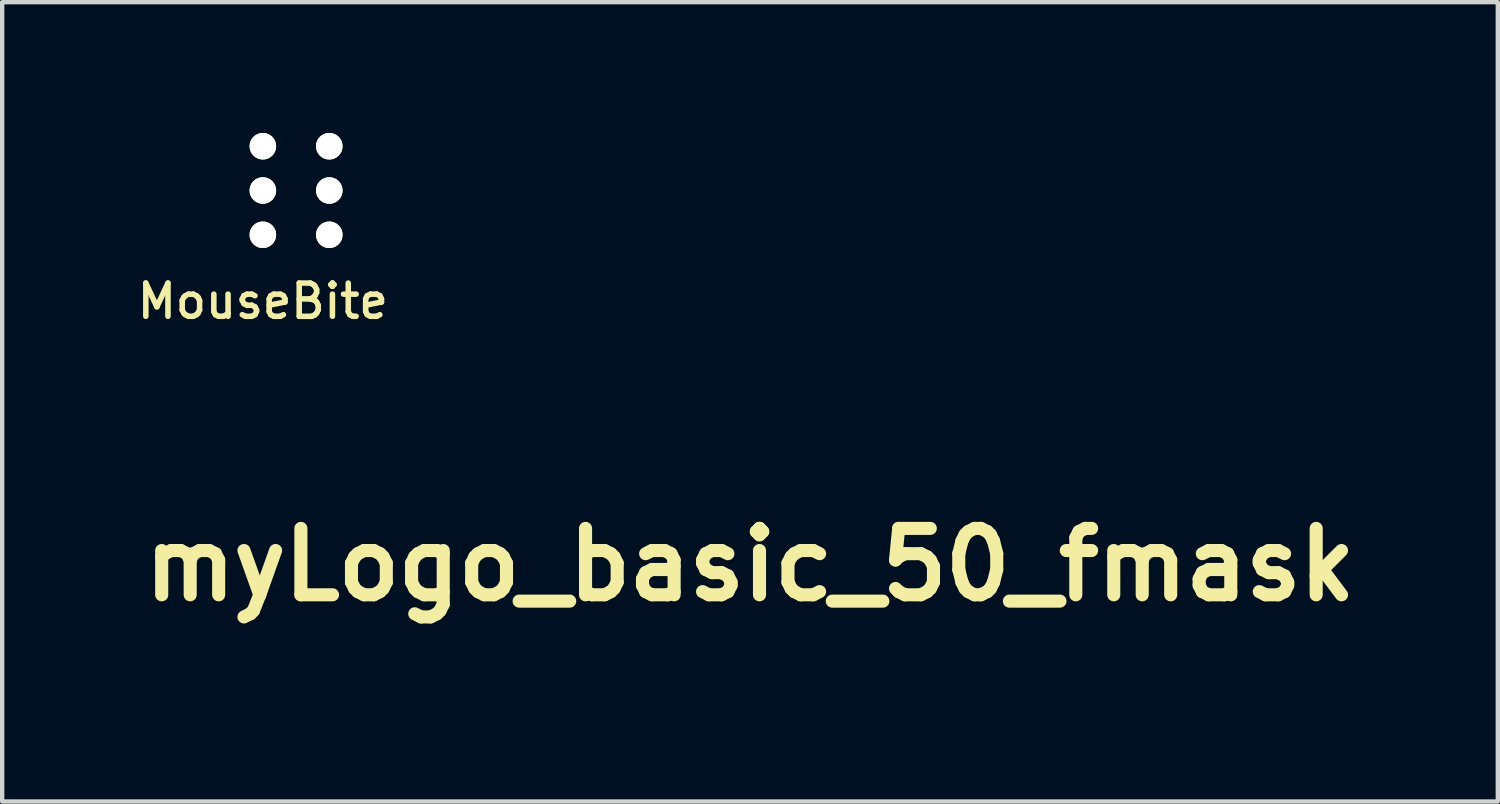
<source format=kicad_pcb>
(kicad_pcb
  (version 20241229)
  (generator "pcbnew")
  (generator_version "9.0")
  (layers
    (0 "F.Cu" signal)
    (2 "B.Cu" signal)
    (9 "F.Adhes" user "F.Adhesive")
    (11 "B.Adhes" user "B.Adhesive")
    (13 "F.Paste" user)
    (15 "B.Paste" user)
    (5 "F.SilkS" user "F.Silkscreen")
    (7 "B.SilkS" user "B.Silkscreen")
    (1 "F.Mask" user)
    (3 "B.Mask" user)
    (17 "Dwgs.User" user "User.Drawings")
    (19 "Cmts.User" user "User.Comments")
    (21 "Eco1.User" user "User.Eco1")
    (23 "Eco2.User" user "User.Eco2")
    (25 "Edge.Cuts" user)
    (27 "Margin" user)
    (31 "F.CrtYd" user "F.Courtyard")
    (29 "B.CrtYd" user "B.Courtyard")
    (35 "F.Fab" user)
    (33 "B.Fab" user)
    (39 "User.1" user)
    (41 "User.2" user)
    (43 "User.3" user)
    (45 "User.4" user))
  (footprint "myLogo_basic_50_fmask"
    (layer "F.Cu")
    (at 14.159 9.908)
    (property "Reference" "myLogo_basic_50_fmask" (at 0 0 0) (layer "F.SilkS") (effects (font (size 1.524 1.524) (thickness 0.3))))
    (attr through_hole)
    (fp_poly (pts (xy 2.54 0.469) (xy 2.532 0.943) (xy 2.503 1.271) (xy 2.449 1.476) (xy 2.361 1.581) (xy 2.244 1.609) (xy 2.107 1.554) (xy 2.049 1.507) (xy 1.996 1.362) (xy 1.962 1.055) (xy 1.947 0.591) (xy 1.946 0.47) (xy 1.936 -0.037) (xy 1.901 -0.403) (xy 1.831 -0.656) (xy 1.716 -0.823) (xy 1.548 -0.932) (xy 1.439 -0.974) (xy 1.219 -1.083) (xy 1.125 -1.241) (xy 1.117 -1.287) (xy 1.149 -1.484) (xy 1.307 -1.571) (xy 1.593 -1.549) (xy 1.687 -1.526) (xy 2.065 -1.341) (xy 2.34 -1.031) (xy 2.457 -0.755) (xy 2.492 -0.551) (xy 2.519 -0.227) (xy 2.536 0.166) (xy 2.54 0.469)) (stroke (width 0.1) (type solid)) (fill yes) (layer "F.Mask"))
    (fp_poly (pts (xy 0.34 0.267) (xy 0.314 0.672) (xy 0.174 1.045) (xy -0.063 1.341) (xy -0.295 1.487) (xy -0.491 1.533) (xy -0.804 1.57) (xy -1.185 1.594) (xy -1.587 1.607) (xy -1.962 1.604) (xy -2.262 1.586) (xy -2.434 1.553) (xy -2.523 1.441) (xy -2.532 1.266) (xy -2.466 1.111) (xy -2.406 1.067) (xy -2.267 1.045) (xy -2.003 1.028) (xy -1.658 1.018) (xy -1.432 1.016) (xy -0.951 1) (xy -0.614 0.946) (xy -0.401 0.843) (xy -0.288 0.68) (xy -0.254 0.446) (xy -0.254 0.436) (xy -0.32 0.172) (xy -0.525 -0.014) (xy -0.876 -0.13) (xy -1.077 -0.159) (xy -1.354 -0.195) (xy -1.504 -0.243) (xy -1.571 -0.327) (xy -1.593 -0.44) (xy -1.589 -0.596) (xy -1.502 -0.678) (xy -1.317 -0.724) (xy -0.897 -0.744) (xy -0.481 -0.662) (xy -0.115 -0.496) (xy 0.154 -0.263) (xy 0.239 -0.125) (xy 0.34 0.267)) (stroke (width 0.1) (type solid)) (fill yes) (layer "F.Mask"))
    (fp_poly (pts (xy 3.287 0.666) (xy 3.285 1.267) (xy 3.274 1.718) (xy 3.256 2.028) (xy 3.229 2.206) (xy 3.208 2.254) (xy 3.098 2.288) (xy 2.879 2.312) (xy 2.879 1.947) (xy 2.879 0) (xy 2.879 -1.947) (xy 0.042 -1.947) (xy -2.794 -1.947) (xy -2.794 0) (xy -2.794 1.947) (xy 0.042 1.947) (xy 2.879 1.947) (xy 2.879 2.312) (xy 2.842 2.316) (xy 2.463 2.339) (xy 1.986 2.358) (xy 1.432 2.371) (xy 0.827 2.38) (xy 0.192 2.383) (xy -0.448 2.382) (xy -1.07 2.376) (xy -1.651 2.364) (xy -2.166 2.348) (xy -2.594 2.327) (xy -2.911 2.301) (xy -3.092 2.271) (xy -3.124 2.254) (xy -3.156 2.151) (xy -3.179 1.922) (xy -3.195 1.557) (xy -3.202 1.048) (xy -3.201 0.385) (xy -3.198 -0.095) (xy -3.175 -2.328) (xy 0.042 -2.328) (xy 3.26 -2.328) (xy 3.282 -0.095) (xy 3.287 0.666)) (stroke (width 0.1) (type solid)) (fill yes) (layer "F.Mask"))
    (fp_poly (pts (xy 1.191 -0.163) (xy 1.186 0.172) (xy 1.158 0.458) (xy 1.106 0.652) (xy 1.058 0.708) (xy 0.867 0.738) (xy 0.747 0.644) (xy 0.688 0.409) (xy 0.677 0.166) (xy 0.638 -0.343) (xy 0.519 -0.705) (xy 0.357 -0.901) (xy 0.175 -0.963) (xy -0.172 -1.001) (xy -0.645 -1.013) (xy -1.051 -1.01) (xy -1.327 -0.993) (xy -1.514 -0.956) (xy -1.65 -0.893) (xy -1.724 -0.841) (xy -1.902 -0.614) (xy -1.942 -0.353) (xy -1.843 -0.11) (xy -1.787 -0.05) (xy -1.601 0.046) (xy -1.308 0.12) (xy -1.131 0.145) (xy -0.763 0.207) (xy -0.559 0.305) (xy -0.516 0.441) (xy -0.63 0.618) (xy -0.641 0.629) (xy -0.838 0.727) (xy -1.161 0.745) (xy -1.621 0.683) (xy -1.637 0.68) (xy -2.009 0.53) (xy -2.294 0.263) (xy -2.478 -0.082) (xy -2.543 -0.468) (xy -2.473 -0.857) (xy -2.384 -1.037) (xy -2.243 -1.236) (xy -2.085 -1.379) (xy -1.879 -1.474) (xy -1.597 -1.531) (xy -1.207 -1.559) (xy -0.68 -1.566) (xy -0.643 -1.566) (xy -0.104 -1.558) (xy 0.296 -1.527) (xy 0.584 -1.464) (xy 0.79 -1.36) (xy 0.944 -1.204) (xy 1.063 -1.008) (xy 1.129 -0.798) (xy 1.172 -0.501) (xy 1.191 -0.163)) (stroke (width 0.1) (type solid)) (fill yes) (layer "F.Mask")))
  (footprint "MouseBite"
    (layer "F.Cu")
    (at 2.981 0.305)
    (property "Reference" "MouseBite" (at 0 3.556 0) (layer "F.SilkS") (effects (font (size 0.762 0.762) (thickness 0.127))))
    (attr through_hole)
    (pad "" np_thru_hole circle (at 0 0) (size 0.61 0.61) (drill 0.61) (layers "*.Cu" "*.Mask" "F.SilkS"))
    (pad "" np_thru_hole circle (at 0 1.016) (size 0.61 0.61) (drill 0.61) (layers "*.Cu" "*.Mask" "F.SilkS"))
    (pad "" np_thru_hole circle (at 0 2.032) (size 0.61 0.61) (drill 0.61) (layers "*.Cu" "*.Mask" "F.SilkS"))
    (pad "" np_thru_hole circle (at 1.524 0) (size 0.61 0.61) (drill 0.61) (layers "*.Cu" "*.Mask" "F.SilkS"))
    (pad "" np_thru_hole circle (at 1.524 1.016) (size 0.61 0.61) (drill 0.61) (layers "*.Cu" "*.Mask" "F.SilkS"))
    (pad "" np_thru_hole circle (at 1.524 2.032) (size 0.61 0.61) (drill 0.61) (layers "*.Cu" "*.Mask" "F.SilkS")))
  (gr_rect
    (start -3 -3)
    (end 31.317 15.341)
    (stroke (width 0.1) (type default))
    (fill no)
    (layer "Edge.Cuts")))
</source>
